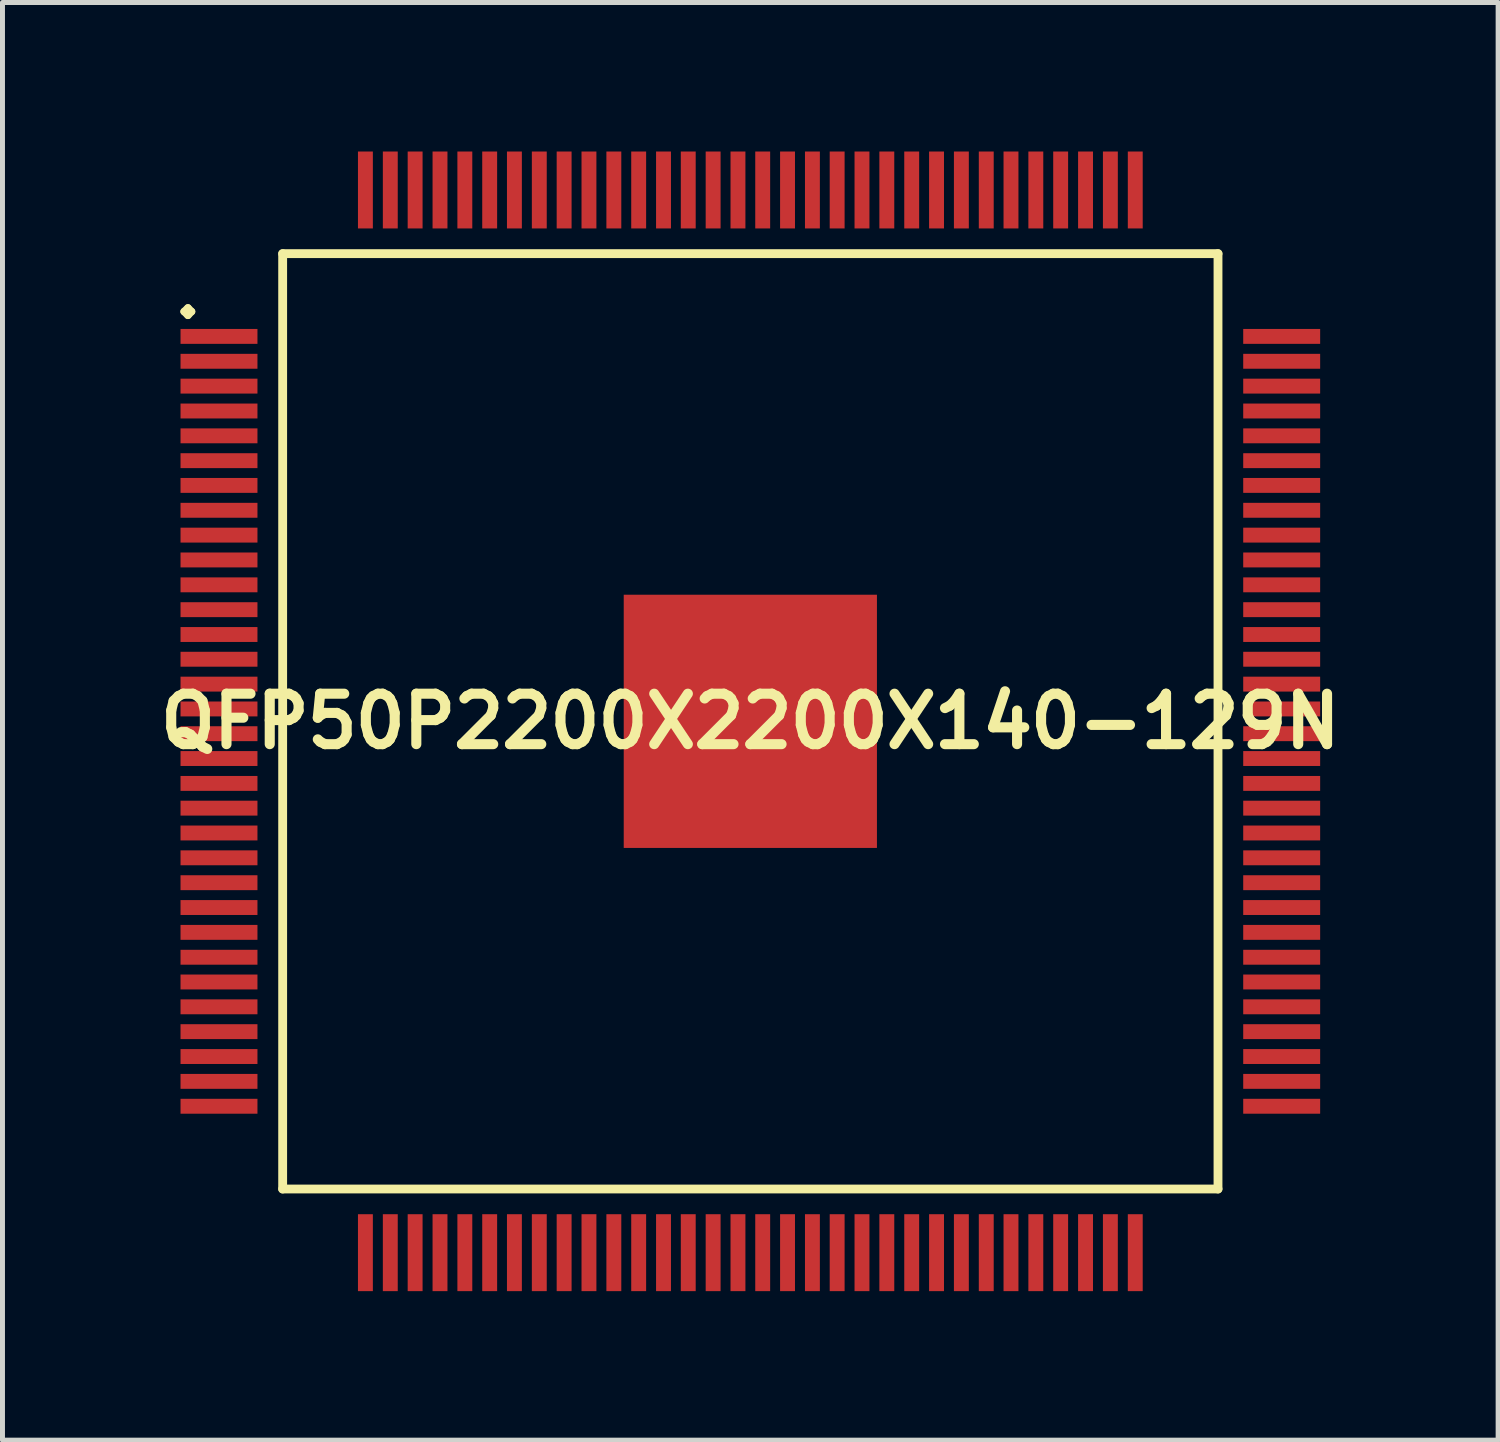
<source format=kicad_pcb>
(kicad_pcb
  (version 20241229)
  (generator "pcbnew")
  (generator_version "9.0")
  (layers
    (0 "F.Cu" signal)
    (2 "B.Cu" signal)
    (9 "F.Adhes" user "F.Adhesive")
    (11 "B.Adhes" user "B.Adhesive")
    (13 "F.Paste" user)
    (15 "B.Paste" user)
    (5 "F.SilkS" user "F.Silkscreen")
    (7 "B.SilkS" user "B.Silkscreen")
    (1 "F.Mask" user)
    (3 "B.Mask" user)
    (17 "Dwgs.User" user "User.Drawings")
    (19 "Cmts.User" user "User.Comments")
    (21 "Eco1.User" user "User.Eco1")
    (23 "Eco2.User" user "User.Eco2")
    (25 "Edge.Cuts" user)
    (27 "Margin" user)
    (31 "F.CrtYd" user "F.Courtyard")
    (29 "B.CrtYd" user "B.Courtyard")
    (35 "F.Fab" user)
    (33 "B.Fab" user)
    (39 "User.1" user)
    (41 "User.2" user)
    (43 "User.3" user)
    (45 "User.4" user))
  (footprint "QFP50P2200X2200X140-129N"
    (layer "F.Cu")
    (at 12.057 11.473)
    (property "Reference" "QFP50P2200X2200X140-129N" (at 0 0 0) (layer "F.SilkS") (effects (font (size 1.016 1.016) (thickness 0.203))))
    (attr smd)
    (fp_line (start -11.4 -8.25) (end -11.323 -8.324) (stroke (width 0.15) (type solid)) (layer "F.SilkS"))
    (fp_line (start -11.323 -8.324) (end -11.25 -8.25) (stroke (width 0.15) (type solid)) (layer "F.SilkS"))
    (fp_line (start -11.323 -8.174) (end -11.4 -8.25) (stroke (width 0.15) (type solid)) (layer "F.SilkS"))
    (fp_line (start -11.25 -8.25) (end -11.323 -8.174) (stroke (width 0.15) (type solid)) (layer "F.SilkS"))
    (fp_line (start -9.416 -9.416) (end -9.416 9.416) (stroke (width 0.178) (type solid)) (layer "F.SilkS"))
    (fp_line (start -9.416 9.416) (end 9.416 9.416) (stroke (width 0.178) (type solid)) (layer "F.SilkS"))
    (fp_line (start 9.416 -9.416) (end -9.416 -9.416) (stroke (width 0.178) (type solid)) (layer "F.SilkS"))
    (fp_line (start 9.416 9.416) (end 9.416 -9.416) (stroke (width 0.178) (type solid)) (layer "F.SilkS"))
    (pad "1" smd rect (at -10.698 -7.75) (size 1.549 0.3) (layers "F.Cu" "F.Mask" "F.Paste"))
    (pad "2" smd rect (at -10.698 -7.249) (size 1.549 0.3) (layers "F.Cu" "F.Mask" "F.Paste"))
    (pad "3" smd rect (at -10.698 -6.749) (size 1.549 0.3) (layers "F.Cu" "F.Mask" "F.Paste"))
    (pad "4" smd rect (at -10.698 -6.248) (size 1.549 0.3) (layers "F.Cu" "F.Mask" "F.Paste"))
    (pad "5" smd rect (at -10.698 -5.748) (size 1.549 0.3) (layers "F.Cu" "F.Mask" "F.Paste"))
    (pad "6" smd rect (at -10.698 -5.248) (size 1.549 0.3) (layers "F.Cu" "F.Mask" "F.Paste"))
    (pad "7" smd rect (at -10.698 -4.75) (size 1.549 0.3) (layers "F.Cu" "F.Mask" "F.Paste"))
    (pad "8" smd rect (at -10.698 -4.249) (size 1.549 0.3) (layers "F.Cu" "F.Mask" "F.Paste"))
    (pad "9" smd rect (at -10.698 -3.749) (size 1.549 0.3) (layers "F.Cu" "F.Mask" "F.Paste"))
    (pad "10" smd rect (at -10.698 -3.249) (size 1.549 0.3) (layers "F.Cu" "F.Mask" "F.Paste"))
    (pad "11" smd rect (at -10.698 -2.748) (size 1.549 0.3) (layers "F.Cu" "F.Mask" "F.Paste"))
    (pad "12" smd rect (at -10.698 -2.248) (size 1.549 0.3) (layers "F.Cu" "F.Mask" "F.Paste"))
    (pad "13" smd rect (at -10.698 -1.748) (size 1.549 0.3) (layers "F.Cu" "F.Mask" "F.Paste"))
    (pad "14" smd rect (at -10.698 -1.25) (size 1.549 0.3) (layers "F.Cu" "F.Mask" "F.Paste"))
    (pad "15" smd rect (at -10.698 -0.749) (size 1.549 0.3) (layers "F.Cu" "F.Mask" "F.Paste"))
    (pad "16" smd rect (at -10.698 -0.249) (size 1.549 0.3) (layers "F.Cu" "F.Mask" "F.Paste"))
    (pad "17" smd rect (at -10.698 0.249) (size 1.549 0.3) (layers "F.Cu" "F.Mask" "F.Paste"))
    (pad "18" smd rect (at -10.698 0.749) (size 1.549 0.3) (layers "F.Cu" "F.Mask" "F.Paste"))
    (pad "19" smd rect (at -10.698 1.25) (size 1.549 0.3) (layers "F.Cu" "F.Mask" "F.Paste"))
    (pad "20" smd rect (at -10.698 1.748) (size 1.549 0.3) (layers "F.Cu" "F.Mask" "F.Paste"))
    (pad "21" smd rect (at -10.698 2.248) (size 1.549 0.3) (layers "F.Cu" "F.Mask" "F.Paste"))
    (pad "22" smd rect (at -10.698 2.748) (size 1.549 0.3) (layers "F.Cu" "F.Mask" "F.Paste"))
    (pad "23" smd rect (at -10.698 3.249) (size 1.549 0.3) (layers "F.Cu" "F.Mask" "F.Paste"))
    (pad "24" smd rect (at -10.698 3.749) (size 1.549 0.3) (layers "F.Cu" "F.Mask" "F.Paste"))
    (pad "25" smd rect (at -10.698 4.249) (size 1.549 0.3) (layers "F.Cu" "F.Mask" "F.Paste"))
    (pad "26" smd rect (at -10.698 4.75) (size 1.549 0.3) (layers "F.Cu" "F.Mask" "F.Paste"))
    (pad "27" smd rect (at -10.698 5.248) (size 1.549 0.3) (layers "F.Cu" "F.Mask" "F.Paste"))
    (pad "28" smd rect (at -10.698 5.748) (size 1.549 0.3) (layers "F.Cu" "F.Mask" "F.Paste"))
    (pad "29" smd rect (at -10.698 6.248) (size 1.549 0.3) (layers "F.Cu" "F.Mask" "F.Paste"))
    (pad "30" smd rect (at -10.698 6.749) (size 1.549 0.3) (layers "F.Cu" "F.Mask" "F.Paste"))
    (pad "31" smd rect (at -10.698 7.249) (size 1.549 0.3) (layers "F.Cu" "F.Mask" "F.Paste"))
    (pad "32" smd rect (at -10.698 7.75) (size 1.549 0.3) (layers "F.Cu" "F.Mask" "F.Paste"))
    (pad "33" smd rect (at -7.75 10.698) (size 0.3 1.549) (layers "F.Cu" "F.Mask" "F.Paste"))
    (pad "34" smd rect (at -7.249 10.698) (size 0.3 1.549) (layers "F.Cu" "F.Mask" "F.Paste"))
    (pad "35" smd rect (at -6.749 10.698) (size 0.3 1.549) (layers "F.Cu" "F.Mask" "F.Paste"))
    (pad "36" smd rect (at -6.248 10.698) (size 0.3 1.549) (layers "F.Cu" "F.Mask" "F.Paste"))
    (pad "37" smd rect (at -5.748 10.698) (size 0.3 1.549) (layers "F.Cu" "F.Mask" "F.Paste"))
    (pad "38" smd rect (at -5.248 10.698) (size 0.3 1.549) (layers "F.Cu" "F.Mask" "F.Paste"))
    (pad "39" smd rect (at -4.75 10.698) (size 0.3 1.549) (layers "F.Cu" "F.Mask" "F.Paste"))
    (pad "40" smd rect (at -4.249 10.698) (size 0.3 1.549) (layers "F.Cu" "F.Mask" "F.Paste"))
    (pad "41" smd rect (at -3.749 10.698) (size 0.3 1.549) (layers "F.Cu" "F.Mask" "F.Paste"))
    (pad "42" smd rect (at -3.249 10.698) (size 0.3 1.549) (layers "F.Cu" "F.Mask" "F.Paste"))
    (pad "43" smd rect (at -2.748 10.698) (size 0.3 1.549) (layers "F.Cu" "F.Mask" "F.Paste"))
    (pad "44" smd rect (at -2.248 10.698) (size 0.3 1.549) (layers "F.Cu" "F.Mask" "F.Paste"))
    (pad "45" smd rect (at -1.748 10.698) (size 0.3 1.549) (layers "F.Cu" "F.Mask" "F.Paste"))
    (pad "46" smd rect (at -1.25 10.698) (size 0.3 1.549) (layers "F.Cu" "F.Mask" "F.Paste"))
    (pad "47" smd rect (at -0.749 10.698) (size 0.3 1.549) (layers "F.Cu" "F.Mask" "F.Paste"))
    (pad "48" smd rect (at -0.249 10.698) (size 0.3 1.549) (layers "F.Cu" "F.Mask" "F.Paste"))
    (pad "49" smd rect (at 0.249 10.698) (size 0.3 1.549) (layers "F.Cu" "F.Mask" "F.Paste"))
    (pad "50" smd rect (at 0.749 10.698) (size 0.3 1.549) (layers "F.Cu" "F.Mask" "F.Paste"))
    (pad "51" smd rect (at 1.25 10.698) (size 0.3 1.549) (layers "F.Cu" "F.Mask" "F.Paste"))
    (pad "52" smd rect (at 1.748 10.698) (size 0.3 1.549) (layers "F.Cu" "F.Mask" "F.Paste"))
    (pad "53" smd rect (at 2.248 10.698) (size 0.3 1.549) (layers "F.Cu" "F.Mask" "F.Paste"))
    (pad "54" smd rect (at 2.748 10.698) (size 0.3 1.549) (layers "F.Cu" "F.Mask" "F.Paste"))
    (pad "55" smd rect (at 3.249 10.698) (size 0.3 1.549) (layers "F.Cu" "F.Mask" "F.Paste"))
    (pad "56" smd rect (at 3.749 10.698) (size 0.3 1.549) (layers "F.Cu" "F.Mask" "F.Paste"))
    (pad "57" smd rect (at 4.249 10.698) (size 0.3 1.549) (layers "F.Cu" "F.Mask" "F.Paste"))
    (pad "58" smd rect (at 4.75 10.698) (size 0.3 1.549) (layers "F.Cu" "F.Mask" "F.Paste"))
    (pad "59" smd rect (at 5.248 10.698) (size 0.3 1.549) (layers "F.Cu" "F.Mask" "F.Paste"))
    (pad "60" smd rect (at 5.748 10.698) (size 0.3 1.549) (layers "F.Cu" "F.Mask" "F.Paste"))
    (pad "61" smd rect (at 6.248 10.698) (size 0.3 1.549) (layers "F.Cu" "F.Mask" "F.Paste"))
    (pad "62" smd rect (at 6.749 10.698) (size 0.3 1.549) (layers "F.Cu" "F.Mask" "F.Paste"))
    (pad "63" smd rect (at 7.249 10.698) (size 0.3 1.549) (layers "F.Cu" "F.Mask" "F.Paste"))
    (pad "64" smd rect (at 7.75 10.698) (size 0.3 1.549) (layers "F.Cu" "F.Mask" "F.Paste"))
    (pad "65" smd rect (at 10.698 7.75) (size 1.549 0.3) (layers "F.Cu" "F.Mask" "F.Paste"))
    (pad "66" smd rect (at 10.698 7.249) (size 1.549 0.3) (layers "F.Cu" "F.Mask" "F.Paste"))
    (pad "67" smd rect (at 10.698 6.749) (size 1.549 0.3) (layers "F.Cu" "F.Mask" "F.Paste"))
    (pad "68" smd rect (at 10.698 6.248) (size 1.549 0.3) (layers "F.Cu" "F.Mask" "F.Paste"))
    (pad "69" smd rect (at 10.698 5.748) (size 1.549 0.3) (layers "F.Cu" "F.Mask" "F.Paste"))
    (pad "70" smd rect (at 10.698 5.248) (size 1.549 0.3) (layers "F.Cu" "F.Mask" "F.Paste"))
    (pad "71" smd rect (at 10.698 4.75) (size 1.549 0.3) (layers "F.Cu" "F.Mask" "F.Paste"))
    (pad "72" smd rect (at 10.698 4.249) (size 1.549 0.3) (layers "F.Cu" "F.Mask" "F.Paste"))
    (pad "73" smd rect (at 10.698 3.749) (size 1.549 0.3) (layers "F.Cu" "F.Mask" "F.Paste"))
    (pad "74" smd rect (at 10.698 3.249) (size 1.549 0.3) (layers "F.Cu" "F.Mask" "F.Paste"))
    (pad "75" smd rect (at 10.698 2.748) (size 1.549 0.3) (layers "F.Cu" "F.Mask" "F.Paste"))
    (pad "76" smd rect (at 10.698 2.248) (size 1.549 0.3) (layers "F.Cu" "F.Mask" "F.Paste"))
    (pad "77" smd rect (at 10.698 1.748) (size 1.549 0.3) (layers "F.Cu" "F.Mask" "F.Paste"))
    (pad "78" smd rect (at 10.698 1.25) (size 1.549 0.3) (layers "F.Cu" "F.Mask" "F.Paste"))
    (pad "79" smd rect (at 10.698 0.749) (size 1.549 0.3) (layers "F.Cu" "F.Mask" "F.Paste"))
    (pad "80" smd rect (at 10.698 0.249) (size 1.549 0.3) (layers "F.Cu" "F.Mask" "F.Paste"))
    (pad "81" smd rect (at 10.698 -0.249) (size 1.549 0.3) (layers "F.Cu" "F.Mask" "F.Paste"))
    (pad "82" smd rect (at 10.698 -0.749) (size 1.549 0.3) (layers "F.Cu" "F.Mask" "F.Paste"))
    (pad "83" smd rect (at 10.698 -1.25) (size 1.549 0.3) (layers "F.Cu" "F.Mask" "F.Paste"))
    (pad "84" smd rect (at 10.698 -1.748) (size 1.549 0.3) (layers "F.Cu" "F.Mask" "F.Paste"))
    (pad "85" smd rect (at 10.698 -2.248) (size 1.549 0.3) (layers "F.Cu" "F.Mask" "F.Paste"))
    (pad "86" smd rect (at 10.698 -2.748) (size 1.549 0.3) (layers "F.Cu" "F.Mask" "F.Paste"))
    (pad "87" smd rect (at 10.698 -3.249) (size 1.549 0.3) (layers "F.Cu" "F.Mask" "F.Paste"))
    (pad "88" smd rect (at 10.698 -3.749) (size 1.549 0.3) (layers "F.Cu" "F.Mask" "F.Paste"))
    (pad "89" smd rect (at 10.698 -4.249) (size 1.549 0.3) (layers "F.Cu" "F.Mask" "F.Paste"))
    (pad "90" smd rect (at 10.698 -4.75) (size 1.549 0.3) (layers "F.Cu" "F.Mask" "F.Paste"))
    (pad "91" smd rect (at 10.698 -5.248) (size 1.549 0.3) (layers "F.Cu" "F.Mask" "F.Paste"))
    (pad "92" smd rect (at 10.698 -5.748) (size 1.549 0.3) (layers "F.Cu" "F.Mask" "F.Paste"))
    (pad "93" smd rect (at 10.698 -6.248) (size 1.549 0.3) (layers "F.Cu" "F.Mask" "F.Paste"))
    (pad "94" smd rect (at 10.698 -6.749) (size 1.549 0.3) (layers "F.Cu" "F.Mask" "F.Paste"))
    (pad "95" smd rect (at 10.698 -7.249) (size 1.549 0.3) (layers "F.Cu" "F.Mask" "F.Paste"))
    (pad "96" smd rect (at 10.698 -7.75) (size 1.549 0.3) (layers "F.Cu" "F.Mask" "F.Paste"))
    (pad "97" smd rect (at 7.75 -10.698) (size 0.3 1.549) (layers "F.Cu" "F.Mask" "F.Paste"))
    (pad "98" smd rect (at 7.249 -10.698) (size 0.3 1.549) (layers "F.Cu" "F.Mask" "F.Paste"))
    (pad "99" smd rect (at 6.749 -10.698) (size 0.3 1.549) (layers "F.Cu" "F.Mask" "F.Paste"))
    (pad "100" smd rect (at 6.248 -10.698) (size 0.3 1.549) (layers "F.Cu" "F.Mask" "F.Paste"))
    (pad "101" smd rect (at 5.748 -10.698) (size 0.3 1.549) (layers "F.Cu" "F.Mask" "F.Paste"))
    (pad "102" smd rect (at 5.248 -10.698) (size 0.3 1.549) (layers "F.Cu" "F.Mask" "F.Paste"))
    (pad "103" smd rect (at 4.75 -10.698) (size 0.3 1.549) (layers "F.Cu" "F.Mask" "F.Paste"))
    (pad "104" smd rect (at 4.249 -10.698) (size 0.3 1.549) (layers "F.Cu" "F.Mask" "F.Paste"))
    (pad "105" smd rect (at 3.749 -10.698) (size 0.3 1.549) (layers "F.Cu" "F.Mask" "F.Paste"))
    (pad "106" smd rect (at 3.249 -10.698) (size 0.3 1.549) (layers "F.Cu" "F.Mask" "F.Paste"))
    (pad "107" smd rect (at 2.748 -10.698) (size 0.3 1.549) (layers "F.Cu" "F.Mask" "F.Paste"))
    (pad "108" smd rect (at 2.248 -10.698) (size 0.3 1.549) (layers "F.Cu" "F.Mask" "F.Paste"))
    (pad "109" smd rect (at 1.748 -10.698) (size 0.3 1.549) (layers "F.Cu" "F.Mask" "F.Paste"))
    (pad "110" smd rect (at 1.25 -10.698) (size 0.3 1.549) (layers "F.Cu" "F.Mask" "F.Paste"))
    (pad "111" smd rect (at 0.749 -10.698) (size 0.3 1.549) (layers "F.Cu" "F.Mask" "F.Paste"))
    (pad "112" smd rect (at 0.249 -10.698) (size 0.3 1.549) (layers "F.Cu" "F.Mask" "F.Paste"))
    (pad "113" smd rect (at -0.249 -10.698) (size 0.3 1.549) (layers "F.Cu" "F.Mask" "F.Paste"))
    (pad "114" smd rect (at -0.749 -10.698) (size 0.3 1.549) (layers "F.Cu" "F.Mask" "F.Paste"))
    (pad "115" smd rect (at -1.25 -10.698) (size 0.3 1.549) (layers "F.Cu" "F.Mask" "F.Paste"))
    (pad "116" smd rect (at -1.748 -10.698) (size 0.3 1.549) (layers "F.Cu" "F.Mask" "F.Paste"))
    (pad "117" smd rect (at -2.248 -10.698) (size 0.3 1.549) (layers "F.Cu" "F.Mask" "F.Paste"))
    (pad "118" smd rect (at -2.748 -10.698) (size 0.3 1.549) (layers "F.Cu" "F.Mask" "F.Paste"))
    (pad "119" smd rect (at -3.249 -10.698) (size 0.3 1.549) (layers "F.Cu" "F.Mask" "F.Paste"))
    (pad "120" smd rect (at -3.749 -10.698) (size 0.3 1.549) (layers "F.Cu" "F.Mask" "F.Paste"))
    (pad "121" smd rect (at -4.249 -10.698) (size 0.3 1.549) (layers "F.Cu" "F.Mask" "F.Paste"))
    (pad "122" smd rect (at -4.75 -10.698) (size 0.3 1.549) (layers "F.Cu" "F.Mask" "F.Paste"))
    (pad "123" smd rect (at -5.248 -10.698) (size 0.3 1.549) (layers "F.Cu" "F.Mask" "F.Paste"))
    (pad "124" smd rect (at -5.748 -10.698) (size 0.3 1.549) (layers "F.Cu" "F.Mask" "F.Paste"))
    (pad "125" smd rect (at -6.248 -10.698) (size 0.3 1.549) (layers "F.Cu" "F.Mask" "F.Paste"))
    (pad "126" smd rect (at -6.749 -10.698) (size 0.3 1.549) (layers "F.Cu" "F.Mask" "F.Paste"))
    (pad "127" smd rect (at -7.249 -10.698) (size 0.3 1.549) (layers "F.Cu" "F.Mask" "F.Paste"))
    (pad "128" smd rect (at -7.75 -10.698) (size 0.3 1.549) (layers "F.Cu" "F.Mask" "F.Paste"))
    (pad "129" smd rect (at 0 0) (size 5.098 5.098) (layers "F.Cu" "F.Mask" "F.Paste")))
  (gr_rect
    (start -3 -3)
    (end 27.113 25.946)
    (stroke (width 0.1) (type default))
    (fill no)
    (layer "Edge.Cuts")))
</source>
